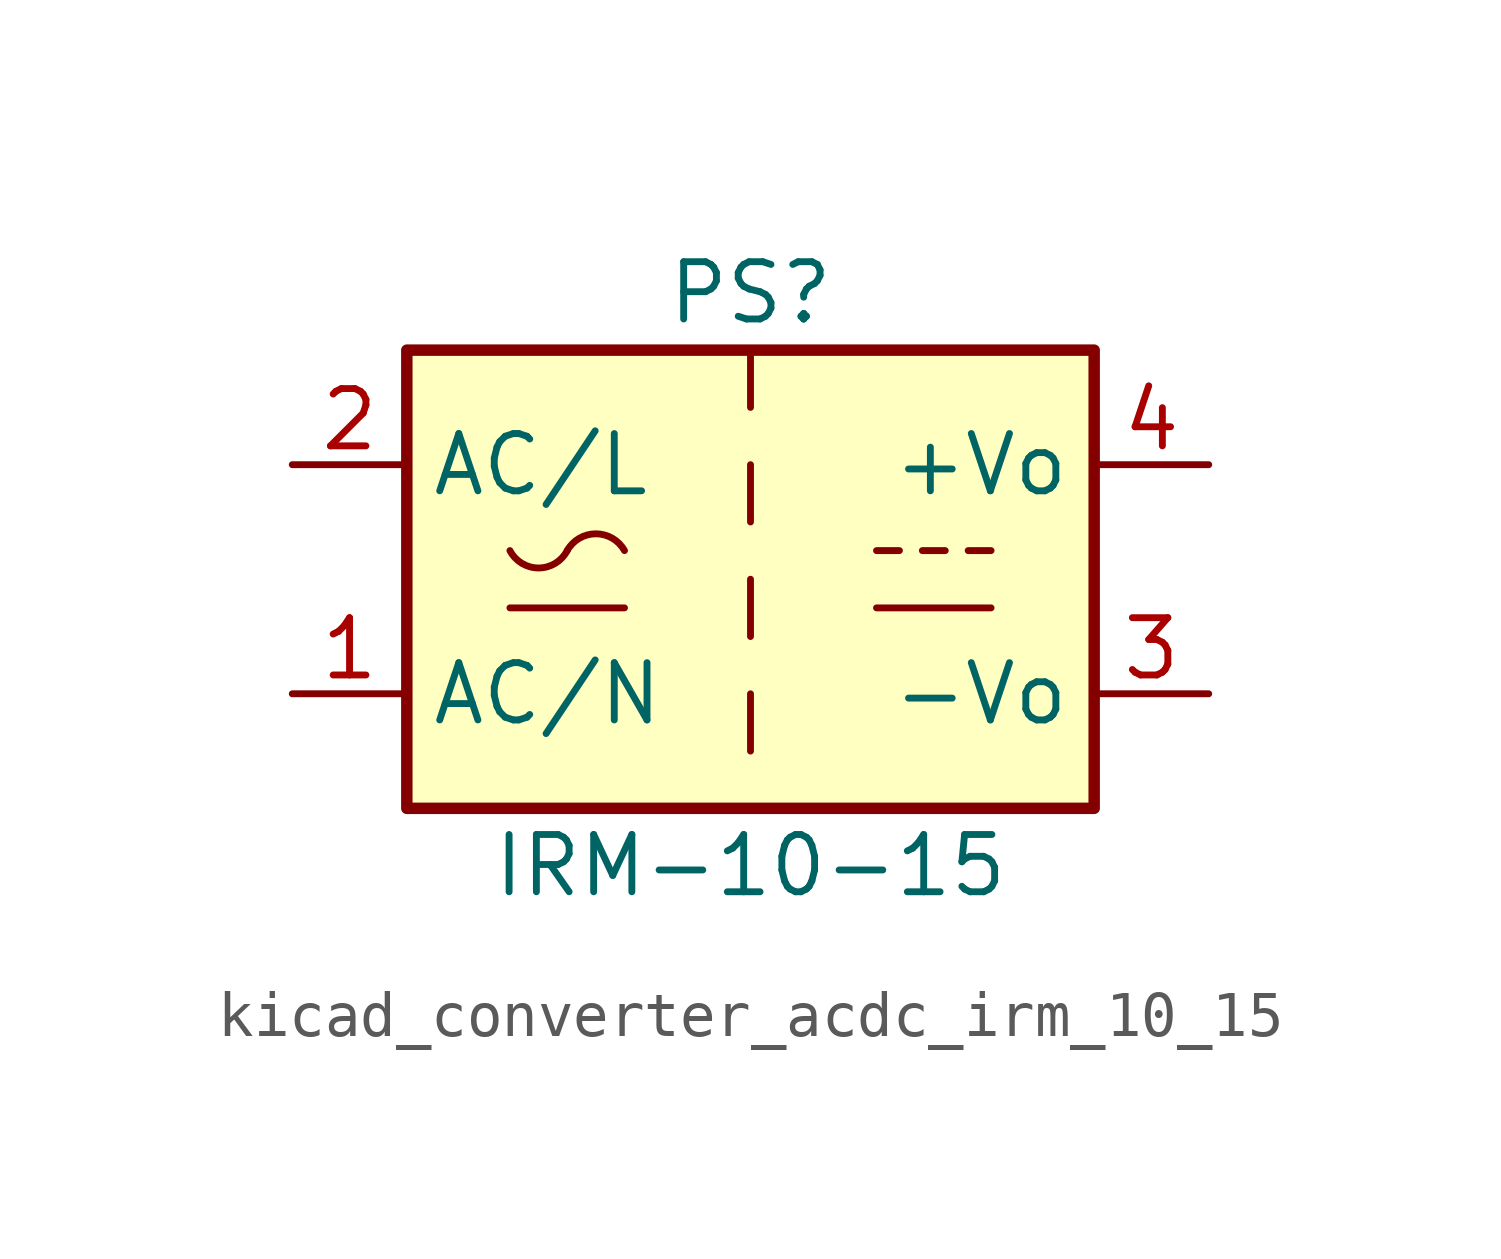
<source format=kicad_sym>
(kicad_symbol_lib
  (version 20220914)
  (generator kicad_symbol_editor)
  (symbol "kicad_converter_acdc_irm_10_15"
    (property "Reference" "PS"
      (at 0 6.35 0)
      (effects (font (size 1.27 1.27))))
    (property "Value" "IRM-10-15"
      (at 0 -6.35 0)
      (effects (font (size 1.27 1.27))))
    (symbol "kicad_converter_acdc_irm_10_15_0_1"
      (rectangle (start -7.62 5.08) (end 7.62 -5.08) (stroke (width 0.254) (type default)) (fill (type background)))
      (arc (start -5.334 0.635) (mid -4.699 0.2495) (end -4.064 0.635) (stroke (width 0) (type default)) (fill (type none)))
      (arc (start -2.794 0.635) (mid -3.429 1.0072) (end -4.064 0.635) (stroke (width 0) (type default)) (fill (type none)))
      (polyline (pts (xy -5.334 -0.635) (xy -2.794 -0.635)) (stroke (width 0) (type default)) (fill (type none)))
      (polyline (pts (xy 0 -2.54) (xy 0 -3.81)) (stroke (width 0) (type default)) (fill (type none)))
      (polyline (pts (xy 0 0) (xy 0 -1.27)) (stroke (width 0) (type default)) (fill (type none)))
      (polyline (pts (xy 0 2.54) (xy 0 1.27)) (stroke (width 0) (type default)) (fill (type none)))
      (polyline (pts (xy 0 5.08) (xy 0 3.81)) (stroke (width 0) (type default)) (fill (type none)))
      (polyline (pts (xy 2.794 -0.635) (xy 5.334 -0.635)) (stroke (width 0) (type default)) (fill (type none)))
      (polyline (pts (xy 2.794 0.635) (xy 3.302 0.635)) (stroke (width 0) (type default)) (fill (type none)))
      (polyline (pts (xy 3.81 0.635) (xy 4.318 0.635)) (stroke (width 0) (type default)) (fill (type none)))
      (polyline (pts (xy 4.826 0.635) (xy 5.334 0.635)) (stroke (width 0) (type default)) (fill (type none))))
    (symbol "kicad_converter_acdc_irm_10_15_1_1"
      (pin power_in line (at -10.16 -2.54 0) (length 2.54) (name "AC/N" (effects (font (size 1.27 1.27)))) (number "1" (effects (font (size 1.27 1.27)))))
      (pin power_in line (at -10.16 2.54 0) (length 2.54) (name "AC/L" (effects (font (size 1.27 1.27)))) (number "2" (effects (font (size 1.27 1.27)))))
      (pin power_out line (at 10.16 -2.54 180) (length 2.54) (name "-Vo" (effects (font (size 1.27 1.27)))) (number "3" (effects (font (size 1.27 1.27)))))
      (pin power_out line (at 10.16 2.54 180) (length 2.54) (name "+Vo" (effects (font (size 1.27 1.27)))) (number "4" (effects (font (size 1.27 1.27))))))))
</source>
